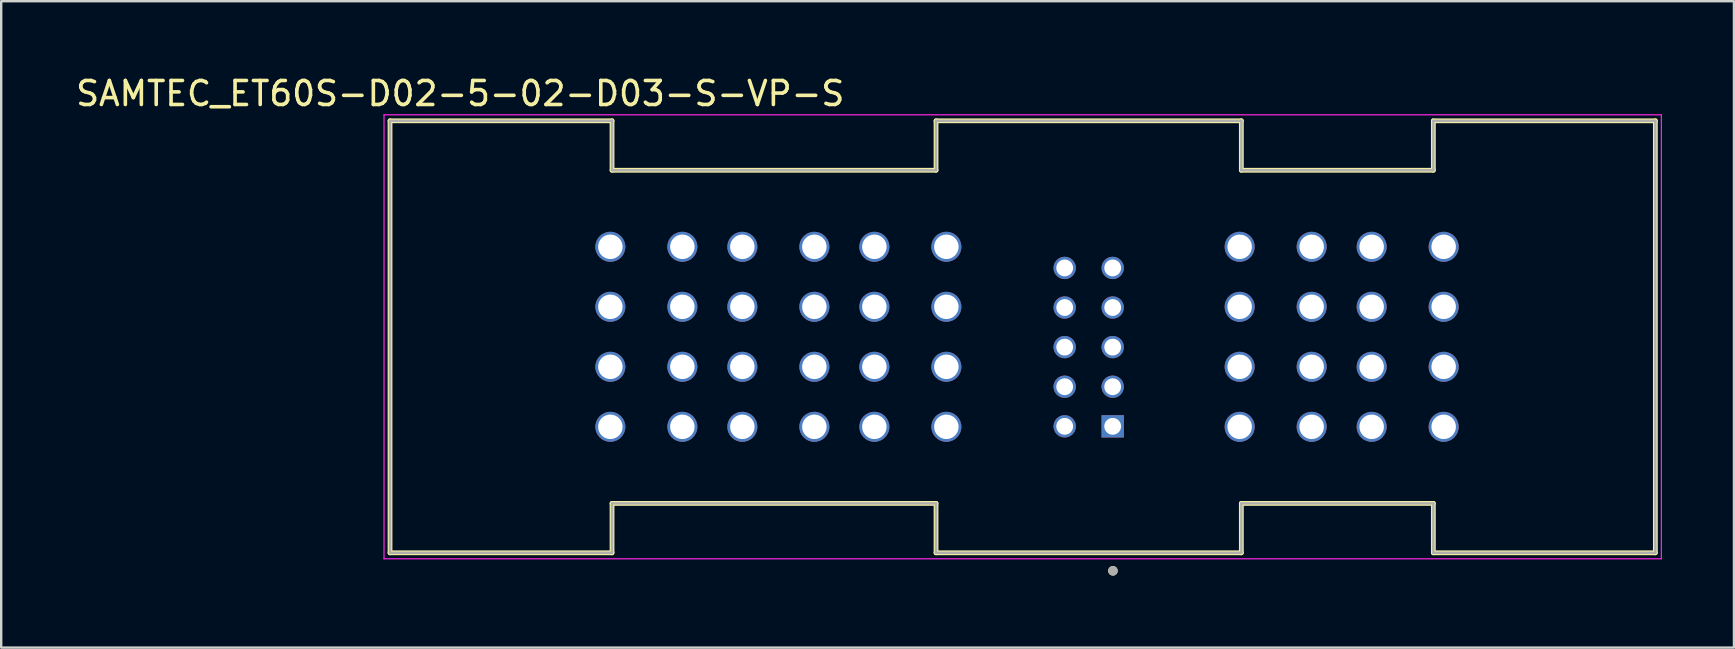
<source format=kicad_pcb>
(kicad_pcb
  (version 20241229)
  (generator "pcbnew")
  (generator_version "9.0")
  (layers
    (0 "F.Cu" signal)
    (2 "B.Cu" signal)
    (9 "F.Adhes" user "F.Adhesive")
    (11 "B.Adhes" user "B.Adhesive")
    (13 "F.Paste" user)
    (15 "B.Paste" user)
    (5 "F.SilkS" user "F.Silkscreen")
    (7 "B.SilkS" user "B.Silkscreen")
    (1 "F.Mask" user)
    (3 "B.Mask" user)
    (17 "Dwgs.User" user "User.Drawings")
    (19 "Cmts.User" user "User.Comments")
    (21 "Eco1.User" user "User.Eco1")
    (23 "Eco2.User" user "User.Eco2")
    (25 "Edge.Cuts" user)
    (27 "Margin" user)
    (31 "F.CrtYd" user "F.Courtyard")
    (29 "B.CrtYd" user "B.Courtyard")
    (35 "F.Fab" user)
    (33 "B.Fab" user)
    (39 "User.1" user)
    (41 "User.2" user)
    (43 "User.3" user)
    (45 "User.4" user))
  (footprint "SAMTEC_ET60S-D02-5-02-D03-S-VP-S"
    (layer "F.Cu")
    (at 39.56 10.983)
    (property "Reference" "SAMTEC_ET60S-D02-5-02-D03-S-VP-S" (at -23.435 -10.135 0) (layer "F.SilkS") (effects (font (size 1 1) (thickness 0.15))))
    (attr through_hole)
    (fp_line (start -26.36 -9) (end -17.11 -9) (stroke (width 0.2) (type solid)) (layer "F.SilkS"))
    (fp_line (start -26.36 9) (end -26.36 -9) (stroke (width 0.2) (type solid)) (layer "F.SilkS"))
    (fp_line (start -17.11 -9) (end -17.11 -6.94) (stroke (width 0.2) (type solid)) (layer "F.SilkS"))
    (fp_line (start -17.11 -6.94) (end -3.61 -6.94) (stroke (width 0.2) (type solid)) (layer "F.SilkS"))
    (fp_line (start -17.11 6.94) (end -17.11 9) (stroke (width 0.2) (type solid)) (layer "F.SilkS"))
    (fp_line (start -17.11 9) (end -26.36 9) (stroke (width 0.2) (type solid)) (layer "F.SilkS"))
    (fp_line (start -3.61 -9) (end 9.11 -9) (stroke (width 0.2) (type solid)) (layer "F.SilkS"))
    (fp_line (start -3.61 -6.94) (end -3.61 -9) (stroke (width 0.2) (type solid)) (layer "F.SilkS"))
    (fp_line (start -3.61 6.94) (end -17.11 6.94) (stroke (width 0.2) (type solid)) (layer "F.SilkS"))
    (fp_line (start -3.61 9) (end -3.61 6.94) (stroke (width 0.2) (type solid)) (layer "F.SilkS"))
    (fp_line (start 9.11 -9) (end 9.11 -6.94) (stroke (width 0.2) (type solid)) (layer "F.SilkS"))
    (fp_line (start 9.11 -6.94) (end 17.11 -6.94) (stroke (width 0.2) (type solid)) (layer "F.SilkS"))
    (fp_line (start 9.11 6.94) (end 9.11 9) (stroke (width 0.2) (type solid)) (layer "F.SilkS"))
    (fp_line (start 9.11 9) (end -3.61 9) (stroke (width 0.2) (type solid)) (layer "F.SilkS"))
    (fp_line (start 17.11 -9) (end 26.36 -9) (stroke (width 0.2) (type solid)) (layer "F.SilkS"))
    (fp_line (start 17.11 -6.94) (end 17.11 -9) (stroke (width 0.2) (type solid)) (layer "F.SilkS"))
    (fp_line (start 17.11 6.94) (end 9.11 6.94) (stroke (width 0.2) (type solid)) (layer "F.SilkS"))
    (fp_line (start 17.11 9) (end 17.11 6.94) (stroke (width 0.2) (type solid)) (layer "F.SilkS"))
    (fp_line (start 26.36 -9) (end 26.36 9) (stroke (width 0.2) (type solid)) (layer "F.SilkS"))
    (fp_line (start 26.36 9) (end 17.11 9) (stroke (width 0.2) (type solid)) (layer "F.SilkS"))
    (fp_circle (center 3.76 9.75) (end 3.86 9.75) (stroke (width 0.2) (type solid)) (fill no) (layer "F.SilkS"))
    (fp_line (start -26.61 -9.25) (end -26.61 9.25) (stroke (width 0.05) (type solid)) (layer "F.CrtYd"))
    (fp_line (start -26.61 9.25) (end 26.61 9.25) (stroke (width 0.05) (type solid)) (layer "F.CrtYd"))
    (fp_line (start 26.61 -9.25) (end -26.61 -9.25) (stroke (width 0.05) (type solid)) (layer "F.CrtYd"))
    (fp_line (start 26.61 9.25) (end 26.61 -9.25) (stroke (width 0.05) (type solid)) (layer "F.CrtYd"))
    (fp_line (start -26.36 -9) (end -17.11 -9) (stroke (width 0.1) (type solid)) (layer "F.Fab"))
    (fp_line (start -26.36 9) (end -26.36 -9) (stroke (width 0.1) (type solid)) (layer "F.Fab"))
    (fp_line (start -17.11 -9) (end -17.11 -6.94) (stroke (width 0.1) (type solid)) (layer "F.Fab"))
    (fp_line (start -17.11 -6.94) (end -3.61 -6.94) (stroke (width 0.1) (type solid)) (layer "F.Fab"))
    (fp_line (start -17.11 6.94) (end -17.11 9) (stroke (width 0.1) (type solid)) (layer "F.Fab"))
    (fp_line (start -17.11 9) (end -26.36 9) (stroke (width 0.1) (type solid)) (layer "F.Fab"))
    (fp_line (start -3.61 -9) (end 9.11 -9) (stroke (width 0.1) (type solid)) (layer "F.Fab"))
    (fp_line (start -3.61 -6.94) (end -3.61 -9) (stroke (width 0.1) (type solid)) (layer "F.Fab"))
    (fp_line (start -3.61 6.94) (end -17.11 6.94) (stroke (width 0.1) (type solid)) (layer "F.Fab"))
    (fp_line (start -3.61 9) (end -3.61 6.94) (stroke (width 0.1) (type solid)) (layer "F.Fab"))
    (fp_line (start 9.11 -9) (end 9.11 -6.94) (stroke (width 0.1) (type solid)) (layer "F.Fab"))
    (fp_line (start 9.11 -6.94) (end 17.11 -6.94) (stroke (width 0.1) (type solid)) (layer "F.Fab"))
    (fp_line (start 9.11 6.94) (end 9.11 9) (stroke (width 0.1) (type solid)) (layer "F.Fab"))
    (fp_line (start 9.11 9) (end -3.61 9) (stroke (width 0.1) (type solid)) (layer "F.Fab"))
    (fp_line (start 17.11 -9) (end 26.36 -9) (stroke (width 0.1) (type solid)) (layer "F.Fab"))
    (fp_line (start 17.11 -6.94) (end 17.11 -9) (stroke (width 0.1) (type solid)) (layer "F.Fab"))
    (fp_line (start 17.11 6.94) (end 9.11 6.94) (stroke (width 0.1) (type solid)) (layer "F.Fab"))
    (fp_line (start 17.11 9) (end 17.11 6.94) (stroke (width 0.1) (type solid)) (layer "F.Fab"))
    (fp_line (start 26.36 -9) (end 26.36 9) (stroke (width 0.1) (type solid)) (layer "F.Fab"))
    (fp_line (start 26.36 9) (end 17.11 9) (stroke (width 0.1) (type solid)) (layer "F.Fab"))
    (fp_circle (center 3.76 9.75) (end 3.86 9.75) (stroke (width 0.2) (type solid)) (fill no) (layer "F.Fab"))
    (pad "01" thru_hole rect (at 3.75 3.73) (size 0.93 0.93) (drill 0.7) (layers "*.Cu" "*.Mask"))
    (pad "02" thru_hole circle (at 1.75 3.73) (size 0.93 0.93) (drill 0.7) (layers "*.Cu" "*.Mask"))
    (pad "03" thru_hole circle (at 3.75 2.08) (size 0.93 0.93) (drill 0.7) (layers "*.Cu" "*.Mask"))
    (pad "04" thru_hole circle (at 1.75 2.08) (size 0.93 0.93) (drill 0.7) (layers "*.Cu" "*.Mask"))
    (pad "05" thru_hole circle (at 3.75 0.43) (size 0.93 0.93) (drill 0.7) (layers "*.Cu" "*.Mask"))
    (pad "06" thru_hole circle (at 1.75 0.43) (size 0.93 0.93) (drill 0.7) (layers "*.Cu" "*.Mask"))
    (pad "07" thru_hole circle (at 3.75 -1.22) (size 0.93 0.93) (drill 0.7) (layers "*.Cu" "*.Mask"))
    (pad "08" thru_hole circle (at 1.75 -1.22) (size 0.93 0.93) (drill 0.7) (layers "*.Cu" "*.Mask"))
    (pad "09" thru_hole circle (at 3.75 -2.87) (size 0.93 0.93) (drill 0.7) (layers "*.Cu" "*.Mask"))
    (pad "10" thru_hole circle (at 1.75 -2.87) (size 0.93 0.93) (drill 0.7) (layers "*.Cu" "*.Mask"))
    (pad "P01_1" thru_hole circle (at 17.54 3.75) (size 1.25 1.25) (drill 1.02) (layers "*.Cu" "*.Mask"))
    (pad "P01_2" thru_hole circle (at 17.54 1.25) (size 1.25 1.25) (drill 1.02) (layers "*.Cu" "*.Mask"))
    (pad "P01_3" thru_hole circle (at 17.54 -1.25) (size 1.25 1.25) (drill 1.02) (layers "*.Cu" "*.Mask"))
    (pad "P01_4" thru_hole circle (at 17.54 -3.75) (size 1.25 1.25) (drill 1.02) (layers "*.Cu" "*.Mask"))
    (pad "P01_5" thru_hole circle (at 14.54 3.75) (size 1.25 1.25) (drill 1.02) (layers "*.Cu" "*.Mask"))
    (pad "P01_6" thru_hole circle (at 14.54 1.25) (size 1.25 1.25) (drill 1.02) (layers "*.Cu" "*.Mask"))
    (pad "P01_7" thru_hole circle (at 14.54 -1.25) (size 1.25 1.25) (drill 1.02) (layers "*.Cu" "*.Mask"))
    (pad "P01_8" thru_hole circle (at 14.54 -3.75) (size 1.25 1.25) (drill 1.02) (layers "*.Cu" "*.Mask"))
    (pad "P02_1" thru_hole circle (at 12.04 3.75) (size 1.25 1.25) (drill 1.02) (layers "*.Cu" "*.Mask"))
    (pad "P02_2" thru_hole circle (at 12.04 1.25) (size 1.25 1.25) (drill 1.02) (layers "*.Cu" "*.Mask"))
    (pad "P02_3" thru_hole circle (at 12.04 -1.25) (size 1.25 1.25) (drill 1.02) (layers "*.Cu" "*.Mask"))
    (pad "P02_4" thru_hole circle (at 12.04 -3.75) (size 1.25 1.25) (drill 1.02) (layers "*.Cu" "*.Mask"))
    (pad "P02_5" thru_hole circle (at 9.04 3.75) (size 1.25 1.25) (drill 1.02) (layers "*.Cu" "*.Mask"))
    (pad "P02_6" thru_hole circle (at 9.04 1.25) (size 1.25 1.25) (drill 1.02) (layers "*.Cu" "*.Mask"))
    (pad "P02_7" thru_hole circle (at 9.04 -1.25) (size 1.25 1.25) (drill 1.02) (layers "*.Cu" "*.Mask"))
    (pad "P02_8" thru_hole circle (at 9.04 -3.75) (size 1.25 1.25) (drill 1.02) (layers "*.Cu" "*.Mask"))
    (pad "P03_1" thru_hole circle (at -3.18 3.75) (size 1.25 1.25) (drill 1.02) (layers "*.Cu" "*.Mask"))
    (pad "P03_2" thru_hole circle (at -3.18 1.25) (size 1.25 1.25) (drill 1.02) (layers "*.Cu" "*.Mask"))
    (pad "P03_3" thru_hole circle (at -3.18 -1.25) (size 1.25 1.25) (drill 1.02) (layers "*.Cu" "*.Mask"))
    (pad "P03_4" thru_hole circle (at -3.18 -3.75) (size 1.25 1.25) (drill 1.02) (layers "*.Cu" "*.Mask"))
    (pad "P03_5" thru_hole circle (at -6.18 3.75) (size 1.25 1.25) (drill 1.02) (layers "*.Cu" "*.Mask"))
    (pad "P03_6" thru_hole circle (at -6.18 1.25) (size 1.25 1.25) (drill 1.02) (layers "*.Cu" "*.Mask"))
    (pad "P03_7" thru_hole circle (at -6.18 -1.25) (size 1.25 1.25) (drill 1.02) (layers "*.Cu" "*.Mask"))
    (pad "P03_8" thru_hole circle (at -6.18 -3.75) (size 1.25 1.25) (drill 1.02) (layers "*.Cu" "*.Mask"))
    (pad "P04_1" thru_hole circle (at -8.68 3.75) (size 1.25 1.25) (drill 1.02) (layers "*.Cu" "*.Mask"))
    (pad "P04_2" thru_hole circle (at -8.68 1.25) (size 1.25 1.25) (drill 1.02) (layers "*.Cu" "*.Mask"))
    (pad "P04_3" thru_hole circle (at -8.68 -1.25) (size 1.25 1.25) (drill 1.02) (layers "*.Cu" "*.Mask"))
    (pad "P04_4" thru_hole circle (at -8.68 -3.75) (size 1.25 1.25) (drill 1.02) (layers "*.Cu" "*.Mask"))
    (pad "P04_5" thru_hole circle (at -11.68 3.75) (size 1.25 1.25) (drill 1.02) (layers "*.Cu" "*.Mask"))
    (pad "P04_6" thru_hole circle (at -11.68 1.25) (size 1.25 1.25) (drill 1.02) (layers "*.Cu" "*.Mask"))
    (pad "P04_7" thru_hole circle (at -11.68 -1.25) (size 1.25 1.25) (drill 1.02) (layers "*.Cu" "*.Mask"))
    (pad "P04_8" thru_hole circle (at -11.68 -3.75) (size 1.25 1.25) (drill 1.02) (layers "*.Cu" "*.Mask"))
    (pad "P05_1" thru_hole circle (at -14.18 3.75) (size 1.25 1.25) (drill 1.02) (layers "*.Cu" "*.Mask"))
    (pad "P05_2" thru_hole circle (at -14.18 1.25) (size 1.25 1.25) (drill 1.02) (layers "*.Cu" "*.Mask"))
    (pad "P05_3" thru_hole circle (at -14.18 -1.25) (size 1.25 1.25) (drill 1.02) (layers "*.Cu" "*.Mask"))
    (pad "P05_4" thru_hole circle (at -14.18 -3.75) (size 1.25 1.25) (drill 1.02) (layers "*.Cu" "*.Mask"))
    (pad "P05_5" thru_hole circle (at -17.18 3.75) (size 1.25 1.25) (drill 1.02) (layers "*.Cu" "*.Mask"))
    (pad "P05_6" thru_hole circle (at -17.18 1.25) (size 1.25 1.25) (drill 1.02) (layers "*.Cu" "*.Mask"))
    (pad "P05_7" thru_hole circle (at -17.18 -1.25) (size 1.25 1.25) (drill 1.02) (layers "*.Cu" "*.Mask"))
    (pad "P05_8" thru_hole circle (at -17.18 -3.75) (size 1.25 1.25) (drill 1.02) (layers "*.Cu" "*.Mask")))
  (gr_rect
    (start -3 -3)
    (end 69.195 23.933)
    (stroke (width 0.1) (type default))
    (fill no)
    (layer "Edge.Cuts")))
</source>
